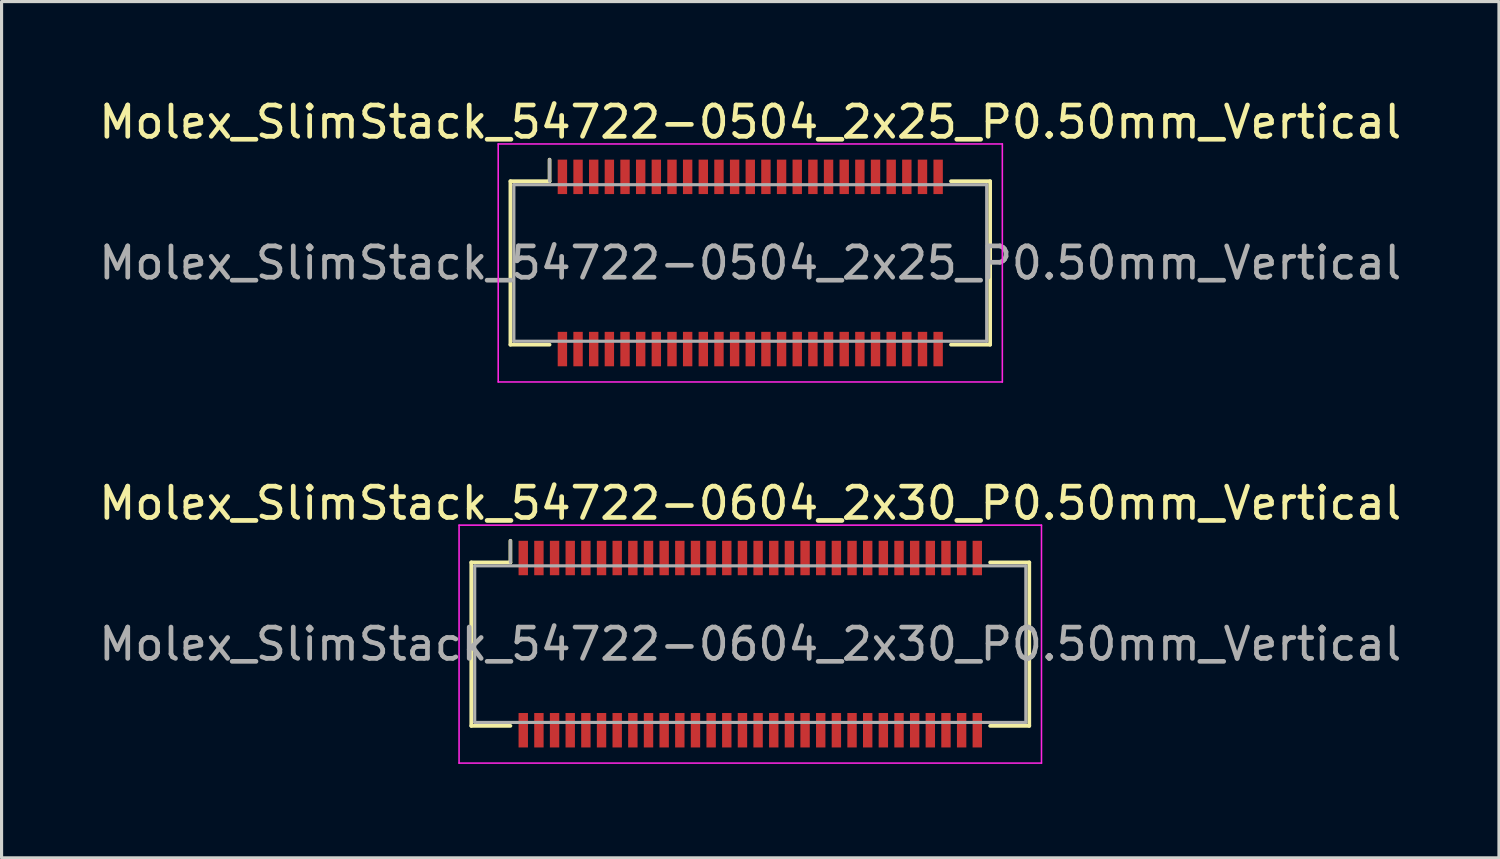
<source format=kicad_pcb>
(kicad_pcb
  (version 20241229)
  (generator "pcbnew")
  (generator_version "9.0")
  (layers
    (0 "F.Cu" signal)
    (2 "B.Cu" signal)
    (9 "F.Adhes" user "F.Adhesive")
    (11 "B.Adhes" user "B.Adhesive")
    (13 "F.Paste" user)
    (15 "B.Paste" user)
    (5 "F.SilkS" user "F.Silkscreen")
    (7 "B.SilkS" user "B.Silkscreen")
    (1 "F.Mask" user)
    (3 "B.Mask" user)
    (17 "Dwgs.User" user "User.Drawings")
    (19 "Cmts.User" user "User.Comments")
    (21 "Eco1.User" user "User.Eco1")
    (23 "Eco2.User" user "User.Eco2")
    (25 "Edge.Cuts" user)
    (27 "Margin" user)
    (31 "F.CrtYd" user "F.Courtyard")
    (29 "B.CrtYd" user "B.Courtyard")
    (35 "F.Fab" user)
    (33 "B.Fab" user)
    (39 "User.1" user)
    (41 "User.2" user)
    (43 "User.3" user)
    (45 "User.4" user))
  (footprint "Molex_SlimStack_54722-0604_2x30_P0.50mm_Vertical"
    (layer "F.Cu")
    (at 20.911 17.521)
    (property "Reference" "Molex_SlimStack_54722-0604_2x30_P0.50mm_Vertical" (at 0 -4.5 0) (layer "F.SilkS") (effects (font (size 1 1) (thickness 0.15))))
    (attr smd)
    (fp_line (start -8.91 -2.61) (end -7.66 -2.61) (stroke (width 0.12) (type solid)) (layer "F.SilkS"))
    (fp_line (start -8.91 2.61) (end -8.91 -2.61) (stroke (width 0.12) (type solid)) (layer "F.SilkS"))
    (fp_line (start -7.66 -2.61) (end -7.66 -3.3) (stroke (width 0.12) (type solid)) (layer "F.SilkS"))
    (fp_line (start -7.66 2.61) (end -8.91 2.61) (stroke (width 0.12) (type solid)) (layer "F.SilkS"))
    (fp_line (start 7.66 2.61) (end 8.91 2.61) (stroke (width 0.12) (type solid)) (layer "F.SilkS"))
    (fp_line (start 8.91 -2.61) (end 7.66 -2.61) (stroke (width 0.12) (type solid)) (layer "F.SilkS"))
    (fp_line (start 8.91 2.61) (end 8.91 -2.61) (stroke (width 0.12) (type solid)) (layer "F.SilkS"))
    (fp_line (start -9.3 -3.8) (end -9.3 3.8) (stroke (width 0.05) (type solid)) (layer "F.CrtYd"))
    (fp_line (start -9.3 3.8) (end 9.3 3.8) (stroke (width 0.05) (type solid)) (layer "F.CrtYd"))
    (fp_line (start 9.3 -3.8) (end -9.3 -3.8) (stroke (width 0.05) (type solid)) (layer "F.CrtYd"))
    (fp_line (start 9.3 3.8) (end 9.3 -3.8) (stroke (width 0.05) (type solid)) (layer "F.CrtYd"))
    (fp_line (start -8.8 -2.5) (end -8.8 2.5) (stroke (width 0.1) (type solid)) (layer "F.Fab"))
    (fp_line (start -8.8 2.5) (end 8.8 2.5) (stroke (width 0.1) (type solid)) (layer "F.Fab"))
    (fp_line (start -7.66 -2.61) (end -7.66 -3.3) (stroke (width 0.1) (type solid)) (layer "F.Fab"))
    (fp_line (start 8.8 -2.5) (end -8.8 -2.5) (stroke (width 0.1) (type solid)) (layer "F.Fab"))
    (fp_line (start 8.8 2.5) (end 8.8 -2.5) (stroke (width 0.1) (type solid)) (layer "F.Fab"))
    (fp_text user "${REFERENCE}" (at 0 0 0) (layer "F.Fab") (effects (font (size 1 1) (thickness 0.15))))
    (pad "1" smd rect (at -7.25 -2.75) (size 0.3 1.1) (layers "F.Cu" "F.Mask" "F.Paste"))
    (pad "2" smd rect (at -7.25 2.75) (size 0.3 1.1) (layers "F.Cu" "F.Mask" "F.Paste"))
    (pad "3" smd rect (at -6.75 -2.75) (size 0.3 1.1) (layers "F.Cu" "F.Mask" "F.Paste"))
    (pad "4" smd rect (at -6.75 2.75) (size 0.3 1.1) (layers "F.Cu" "F.Mask" "F.Paste"))
    (pad "5" smd rect (at -6.25 -2.75) (size 0.3 1.1) (layers "F.Cu" "F.Mask" "F.Paste"))
    (pad "6" smd rect (at -6.25 2.75) (size 0.3 1.1) (layers "F.Cu" "F.Mask" "F.Paste"))
    (pad "7" smd rect (at -5.75 -2.75) (size 0.3 1.1) (layers "F.Cu" "F.Mask" "F.Paste"))
    (pad "8" smd rect (at -5.75 2.75) (size 0.3 1.1) (layers "F.Cu" "F.Mask" "F.Paste"))
    (pad "9" smd rect (at -5.25 -2.75) (size 0.3 1.1) (layers "F.Cu" "F.Mask" "F.Paste"))
    (pad "10" smd rect (at -5.25 2.75) (size 0.3 1.1) (layers "F.Cu" "F.Mask" "F.Paste"))
    (pad "11" smd rect (at -4.75 -2.75) (size 0.3 1.1) (layers "F.Cu" "F.Mask" "F.Paste"))
    (pad "12" smd rect (at -4.75 2.75) (size 0.3 1.1) (layers "F.Cu" "F.Mask" "F.Paste"))
    (pad "13" smd rect (at -4.25 -2.75) (size 0.3 1.1) (layers "F.Cu" "F.Mask" "F.Paste"))
    (pad "14" smd rect (at -4.25 2.75) (size 0.3 1.1) (layers "F.Cu" "F.Mask" "F.Paste"))
    (pad "15" smd rect (at -3.75 -2.75) (size 0.3 1.1) (layers "F.Cu" "F.Mask" "F.Paste"))
    (pad "16" smd rect (at -3.75 2.75) (size 0.3 1.1) (layers "F.Cu" "F.Mask" "F.Paste"))
    (pad "17" smd rect (at -3.25 -2.75) (size 0.3 1.1) (layers "F.Cu" "F.Mask" "F.Paste"))
    (pad "18" smd rect (at -3.25 2.75) (size 0.3 1.1) (layers "F.Cu" "F.Mask" "F.Paste"))
    (pad "19" smd rect (at -2.75 -2.75) (size 0.3 1.1) (layers "F.Cu" "F.Mask" "F.Paste"))
    (pad "20" smd rect (at -2.75 2.75) (size 0.3 1.1) (layers "F.Cu" "F.Mask" "F.Paste"))
    (pad "21" smd rect (at -2.25 -2.75) (size 0.3 1.1) (layers "F.Cu" "F.Mask" "F.Paste"))
    (pad "22" smd rect (at -2.25 2.75) (size 0.3 1.1) (layers "F.Cu" "F.Mask" "F.Paste"))
    (pad "23" smd rect (at -1.75 -2.75) (size 0.3 1.1) (layers "F.Cu" "F.Mask" "F.Paste"))
    (pad "24" smd rect (at -1.75 2.75) (size 0.3 1.1) (layers "F.Cu" "F.Mask" "F.Paste"))
    (pad "25" smd rect (at -1.25 -2.75) (size 0.3 1.1) (layers "F.Cu" "F.Mask" "F.Paste"))
    (pad "26" smd rect (at -1.25 2.75) (size 0.3 1.1) (layers "F.Cu" "F.Mask" "F.Paste"))
    (pad "27" smd rect (at -0.75 -2.75) (size 0.3 1.1) (layers "F.Cu" "F.Mask" "F.Paste"))
    (pad "28" smd rect (at -0.75 2.75) (size 0.3 1.1) (layers "F.Cu" "F.Mask" "F.Paste"))
    (pad "29" smd rect (at -0.25 -2.75) (size 0.3 1.1) (layers "F.Cu" "F.Mask" "F.Paste"))
    (pad "30" smd rect (at -0.25 2.75) (size 0.3 1.1) (layers "F.Cu" "F.Mask" "F.Paste"))
    (pad "31" smd rect (at 0.25 -2.75) (size 0.3 1.1) (layers "F.Cu" "F.Mask" "F.Paste"))
    (pad "32" smd rect (at 0.25 2.75) (size 0.3 1.1) (layers "F.Cu" "F.Mask" "F.Paste"))
    (pad "33" smd rect (at 0.75 -2.75) (size 0.3 1.1) (layers "F.Cu" "F.Mask" "F.Paste"))
    (pad "34" smd rect (at 0.75 2.75) (size 0.3 1.1) (layers "F.Cu" "F.Mask" "F.Paste"))
    (pad "35" smd rect (at 1.25 -2.75) (size 0.3 1.1) (layers "F.Cu" "F.Mask" "F.Paste"))
    (pad "36" smd rect (at 1.25 2.75) (size 0.3 1.1) (layers "F.Cu" "F.Mask" "F.Paste"))
    (pad "37" smd rect (at 1.75 -2.75) (size 0.3 1.1) (layers "F.Cu" "F.Mask" "F.Paste"))
    (pad "38" smd rect (at 1.75 2.75) (size 0.3 1.1) (layers "F.Cu" "F.Mask" "F.Paste"))
    (pad "39" smd rect (at 2.25 -2.75) (size 0.3 1.1) (layers "F.Cu" "F.Mask" "F.Paste"))
    (pad "40" smd rect (at 2.25 2.75) (size 0.3 1.1) (layers "F.Cu" "F.Mask" "F.Paste"))
    (pad "41" smd rect (at 2.75 -2.75) (size 0.3 1.1) (layers "F.Cu" "F.Mask" "F.Paste"))
    (pad "42" smd rect (at 2.75 2.75) (size 0.3 1.1) (layers "F.Cu" "F.Mask" "F.Paste"))
    (pad "43" smd rect (at 3.25 -2.75) (size 0.3 1.1) (layers "F.Cu" "F.Mask" "F.Paste"))
    (pad "44" smd rect (at 3.25 2.75) (size 0.3 1.1) (layers "F.Cu" "F.Mask" "F.Paste"))
    (pad "45" smd rect (at 3.75 -2.75) (size 0.3 1.1) (layers "F.Cu" "F.Mask" "F.Paste"))
    (pad "46" smd rect (at 3.75 2.75) (size 0.3 1.1) (layers "F.Cu" "F.Mask" "F.Paste"))
    (pad "47" smd rect (at 4.25 -2.75) (size 0.3 1.1) (layers "F.Cu" "F.Mask" "F.Paste"))
    (pad "48" smd rect (at 4.25 2.75) (size 0.3 1.1) (layers "F.Cu" "F.Mask" "F.Paste"))
    (pad "49" smd rect (at 4.75 -2.75) (size 0.3 1.1) (layers "F.Cu" "F.Mask" "F.Paste"))
    (pad "50" smd rect (at 4.75 2.75) (size 0.3 1.1) (layers "F.Cu" "F.Mask" "F.Paste"))
    (pad "51" smd rect (at 5.25 -2.75) (size 0.3 1.1) (layers "F.Cu" "F.Mask" "F.Paste"))
    (pad "52" smd rect (at 5.25 2.75) (size 0.3 1.1) (layers "F.Cu" "F.Mask" "F.Paste"))
    (pad "53" smd rect (at 5.75 -2.75) (size 0.3 1.1) (layers "F.Cu" "F.Mask" "F.Paste"))
    (pad "54" smd rect (at 5.75 2.75) (size 0.3 1.1) (layers "F.Cu" "F.Mask" "F.Paste"))
    (pad "55" smd rect (at 6.25 -2.75) (size 0.3 1.1) (layers "F.Cu" "F.Mask" "F.Paste"))
    (pad "56" smd rect (at 6.25 2.75) (size 0.3 1.1) (layers "F.Cu" "F.Mask" "F.Paste"))
    (pad "57" smd rect (at 6.75 -2.75) (size 0.3 1.1) (layers "F.Cu" "F.Mask" "F.Paste"))
    (pad "58" smd rect (at 6.75 2.75) (size 0.3 1.1) (layers "F.Cu" "F.Mask" "F.Paste"))
    (pad "59" smd rect (at 7.25 -2.75) (size 0.3 1.1) (layers "F.Cu" "F.Mask" "F.Paste"))
    (pad "60" smd rect (at 7.25 2.75) (size 0.3 1.1) (layers "F.Cu" "F.Mask" "F.Paste")))
  (footprint "Molex_SlimStack_54722-0504_2x25_P0.50mm_Vertical"
    (layer "F.Cu")
    (at 20.911 5.348)
    (property "Reference" "Molex_SlimStack_54722-0504_2x25_P0.50mm_Vertical" (at 0 -4.5 0) (layer "F.SilkS") (effects (font (size 1 1) (thickness 0.15))))
    (attr smd)
    (fp_line (start -7.66 -2.61) (end -6.41 -2.61) (stroke (width 0.12) (type solid)) (layer "F.SilkS"))
    (fp_line (start -7.66 2.61) (end -7.66 -2.61) (stroke (width 0.12) (type solid)) (layer "F.SilkS"))
    (fp_line (start -6.41 -2.61) (end -6.41 -3.3) (stroke (width 0.12) (type solid)) (layer "F.SilkS"))
    (fp_line (start -6.41 2.61) (end -7.66 2.61) (stroke (width 0.12) (type solid)) (layer "F.SilkS"))
    (fp_line (start 6.41 2.61) (end 7.66 2.61) (stroke (width 0.12) (type solid)) (layer "F.SilkS"))
    (fp_line (start 7.66 -2.61) (end 6.41 -2.61) (stroke (width 0.12) (type solid)) (layer "F.SilkS"))
    (fp_line (start 7.66 2.61) (end 7.66 -2.61) (stroke (width 0.12) (type solid)) (layer "F.SilkS"))
    (fp_line (start -8.05 -3.8) (end -8.05 3.8) (stroke (width 0.05) (type solid)) (layer "F.CrtYd"))
    (fp_line (start -8.05 3.8) (end 8.05 3.8) (stroke (width 0.05) (type solid)) (layer "F.CrtYd"))
    (fp_line (start 8.05 -3.8) (end -8.05 -3.8) (stroke (width 0.05) (type solid)) (layer "F.CrtYd"))
    (fp_line (start 8.05 3.8) (end 8.05 -3.8) (stroke (width 0.05) (type solid)) (layer "F.CrtYd"))
    (fp_line (start -7.55 -2.5) (end -7.55 2.5) (stroke (width 0.1) (type solid)) (layer "F.Fab"))
    (fp_line (start -7.55 2.5) (end 7.55 2.5) (stroke (width 0.1) (type solid)) (layer "F.Fab"))
    (fp_line (start -6.41 -2.61) (end -6.41 -3.3) (stroke (width 0.1) (type solid)) (layer "F.Fab"))
    (fp_line (start 7.55 -2.5) (end -7.55 -2.5) (stroke (width 0.1) (type solid)) (layer "F.Fab"))
    (fp_line (start 7.55 2.5) (end 7.55 -2.5) (stroke (width 0.1) (type solid)) (layer "F.Fab"))
    (fp_text user "${REFERENCE}" (at 0 0 0) (layer "F.Fab") (effects (font (size 1 1) (thickness 0.15))))
    (pad "1" smd rect (at -6 -2.75) (size 0.3 1.1) (layers "F.Cu" "F.Mask" "F.Paste"))
    (pad "2" smd rect (at -6 2.75) (size 0.3 1.1) (layers "F.Cu" "F.Mask" "F.Paste"))
    (pad "3" smd rect (at -5.5 -2.75) (size 0.3 1.1) (layers "F.Cu" "F.Mask" "F.Paste"))
    (pad "4" smd rect (at -5.5 2.75) (size 0.3 1.1) (layers "F.Cu" "F.Mask" "F.Paste"))
    (pad "5" smd rect (at -5 -2.75) (size 0.3 1.1) (layers "F.Cu" "F.Mask" "F.Paste"))
    (pad "6" smd rect (at -5 2.75) (size 0.3 1.1) (layers "F.Cu" "F.Mask" "F.Paste"))
    (pad "7" smd rect (at -4.5 -2.75) (size 0.3 1.1) (layers "F.Cu" "F.Mask" "F.Paste"))
    (pad "8" smd rect (at -4.5 2.75) (size 0.3 1.1) (layers "F.Cu" "F.Mask" "F.Paste"))
    (pad "9" smd rect (at -4 -2.75) (size 0.3 1.1) (layers "F.Cu" "F.Mask" "F.Paste"))
    (pad "10" smd rect (at -4 2.75) (size 0.3 1.1) (layers "F.Cu" "F.Mask" "F.Paste"))
    (pad "11" smd rect (at -3.5 -2.75) (size 0.3 1.1) (layers "F.Cu" "F.Mask" "F.Paste"))
    (pad "12" smd rect (at -3.5 2.75) (size 0.3 1.1) (layers "F.Cu" "F.Mask" "F.Paste"))
    (pad "13" smd rect (at -3 -2.75) (size 0.3 1.1) (layers "F.Cu" "F.Mask" "F.Paste"))
    (pad "14" smd rect (at -3 2.75) (size 0.3 1.1) (layers "F.Cu" "F.Mask" "F.Paste"))
    (pad "15" smd rect (at -2.5 -2.75) (size 0.3 1.1) (layers "F.Cu" "F.Mask" "F.Paste"))
    (pad "16" smd rect (at -2.5 2.75) (size 0.3 1.1) (layers "F.Cu" "F.Mask" "F.Paste"))
    (pad "17" smd rect (at -2 -2.75) (size 0.3 1.1) (layers "F.Cu" "F.Mask" "F.Paste"))
    (pad "18" smd rect (at -2 2.75) (size 0.3 1.1) (layers "F.Cu" "F.Mask" "F.Paste"))
    (pad "19" smd rect (at -1.5 -2.75) (size 0.3 1.1) (layers "F.Cu" "F.Mask" "F.Paste"))
    (pad "20" smd rect (at -1.5 2.75) (size 0.3 1.1) (layers "F.Cu" "F.Mask" "F.Paste"))
    (pad "21" smd rect (at -1 -2.75) (size 0.3 1.1) (layers "F.Cu" "F.Mask" "F.Paste"))
    (pad "22" smd rect (at -1 2.75) (size 0.3 1.1) (layers "F.Cu" "F.Mask" "F.Paste"))
    (pad "23" smd rect (at -0.5 -2.75) (size 0.3 1.1) (layers "F.Cu" "F.Mask" "F.Paste"))
    (pad "24" smd rect (at -0.5 2.75) (size 0.3 1.1) (layers "F.Cu" "F.Mask" "F.Paste"))
    (pad "25" smd rect (at 0 -2.75) (size 0.3 1.1) (layers "F.Cu" "F.Mask" "F.Paste"))
    (pad "26" smd rect (at 0 2.75) (size 0.3 1.1) (layers "F.Cu" "F.Mask" "F.Paste"))
    (pad "27" smd rect (at 0.5 -2.75) (size 0.3 1.1) (layers "F.Cu" "F.Mask" "F.Paste"))
    (pad "28" smd rect (at 0.5 2.75) (size 0.3 1.1) (layers "F.Cu" "F.Mask" "F.Paste"))
    (pad "29" smd rect (at 1 -2.75) (size 0.3 1.1) (layers "F.Cu" "F.Mask" "F.Paste"))
    (pad "30" smd rect (at 1 2.75) (size 0.3 1.1) (layers "F.Cu" "F.Mask" "F.Paste"))
    (pad "31" smd rect (at 1.5 -2.75) (size 0.3 1.1) (layers "F.Cu" "F.Mask" "F.Paste"))
    (pad "32" smd rect (at 1.5 2.75) (size 0.3 1.1) (layers "F.Cu" "F.Mask" "F.Paste"))
    (pad "33" smd rect (at 2 -2.75) (size 0.3 1.1) (layers "F.Cu" "F.Mask" "F.Paste"))
    (pad "34" smd rect (at 2 2.75) (size 0.3 1.1) (layers "F.Cu" "F.Mask" "F.Paste"))
    (pad "35" smd rect (at 2.5 -2.75) (size 0.3 1.1) (layers "F.Cu" "F.Mask" "F.Paste"))
    (pad "36" smd rect (at 2.5 2.75) (size 0.3 1.1) (layers "F.Cu" "F.Mask" "F.Paste"))
    (pad "37" smd rect (at 3 -2.75) (size 0.3 1.1) (layers "F.Cu" "F.Mask" "F.Paste"))
    (pad "38" smd rect (at 3 2.75) (size 0.3 1.1) (layers "F.Cu" "F.Mask" "F.Paste"))
    (pad "39" smd rect (at 3.5 -2.75) (size 0.3 1.1) (layers "F.Cu" "F.Mask" "F.Paste"))
    (pad "40" smd rect (at 3.5 2.75) (size 0.3 1.1) (layers "F.Cu" "F.Mask" "F.Paste"))
    (pad "41" smd rect (at 4 -2.75) (size 0.3 1.1) (layers "F.Cu" "F.Mask" "F.Paste"))
    (pad "42" smd rect (at 4 2.75) (size 0.3 1.1) (layers "F.Cu" "F.Mask" "F.Paste"))
    (pad "43" smd rect (at 4.5 -2.75) (size 0.3 1.1) (layers "F.Cu" "F.Mask" "F.Paste"))
    (pad "44" smd rect (at 4.5 2.75) (size 0.3 1.1) (layers "F.Cu" "F.Mask" "F.Paste"))
    (pad "45" smd rect (at 5 -2.75) (size 0.3 1.1) (layers "F.Cu" "F.Mask" "F.Paste"))
    (pad "46" smd rect (at 5 2.75) (size 0.3 1.1) (layers "F.Cu" "F.Mask" "F.Paste"))
    (pad "47" smd rect (at 5.5 -2.75) (size 0.3 1.1) (layers "F.Cu" "F.Mask" "F.Paste"))
    (pad "48" smd rect (at 5.5 2.75) (size 0.3 1.1) (layers "F.Cu" "F.Mask" "F.Paste"))
    (pad "49" smd rect (at 6 -2.75) (size 0.3 1.1) (layers "F.Cu" "F.Mask" "F.Paste"))
    (pad "50" smd rect (at 6 2.75) (size 0.3 1.1) (layers "F.Cu" "F.Mask" "F.Paste")))
  (gr_rect
    (start -3 -3)
    (end 44.821 24.346)
    (stroke (width 0.1) (type default))
    (fill no)
    (layer "Edge.Cuts")))
</source>
